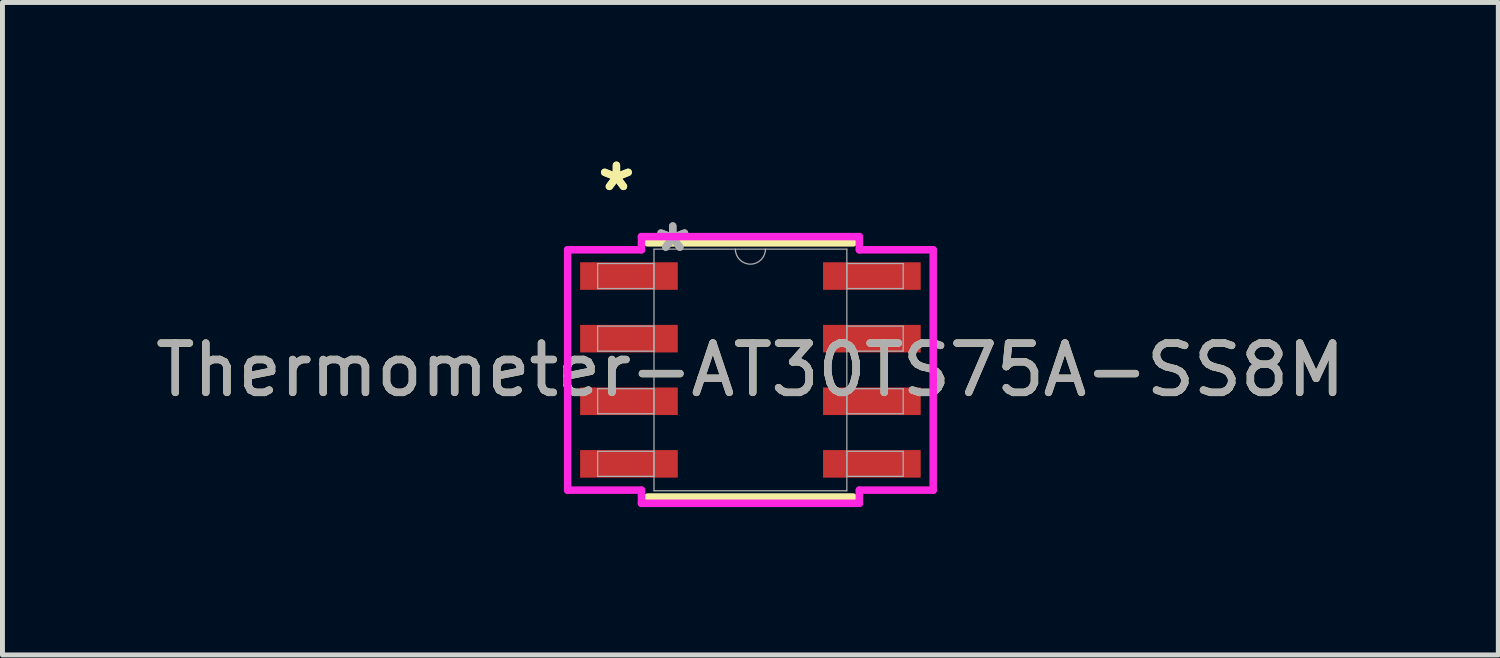
<source format=kicad_pcb>
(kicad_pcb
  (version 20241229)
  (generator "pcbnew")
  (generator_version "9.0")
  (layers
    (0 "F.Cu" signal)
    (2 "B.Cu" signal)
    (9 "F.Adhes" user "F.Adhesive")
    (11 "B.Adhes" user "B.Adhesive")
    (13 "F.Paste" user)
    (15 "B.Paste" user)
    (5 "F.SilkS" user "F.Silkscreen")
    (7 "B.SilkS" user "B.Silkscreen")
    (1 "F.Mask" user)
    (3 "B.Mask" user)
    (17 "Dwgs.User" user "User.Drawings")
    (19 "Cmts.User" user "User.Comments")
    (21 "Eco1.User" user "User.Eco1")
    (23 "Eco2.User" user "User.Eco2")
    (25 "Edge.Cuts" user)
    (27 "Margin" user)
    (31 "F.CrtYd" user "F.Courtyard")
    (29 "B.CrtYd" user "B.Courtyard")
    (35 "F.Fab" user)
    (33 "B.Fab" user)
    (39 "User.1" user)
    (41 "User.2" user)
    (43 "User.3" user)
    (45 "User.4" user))
  (footprint "Thermometer-AT30TS75A-SS8M"
    (layer "F.Cu")
    (at 12.173 4.455)
    (property "Reference" "Thermometer-AT30TS75A-SS8M" (at 0 0 0) (unlocked yes) (layer "F.SilkS") (effects (font (size 1 1) (thickness 0.15))))
    (attr smd)
    (fp_line (start -2.083 2.578) (end 2.083 2.578) (stroke (width 0.152) (type solid)) (layer "F.SilkS"))
    (fp_line (start 2.083 -2.578) (end -2.083 -2.578) (stroke (width 0.152) (type solid)) (layer "F.SilkS"))
    (fp_line (start -3.708 -2.438) (end -2.21 -2.438) (stroke (width 0.152) (type solid)) (layer "F.CrtYd"))
    (fp_line (start -3.708 2.438) (end -3.708 -2.438) (stroke (width 0.152) (type solid)) (layer "F.CrtYd"))
    (fp_line (start -3.708 2.438) (end -2.21 2.438) (stroke (width 0.152) (type solid)) (layer "F.CrtYd"))
    (fp_line (start -2.21 -2.705) (end 2.21 -2.705) (stroke (width 0.152) (type solid)) (layer "F.CrtYd"))
    (fp_line (start -2.21 -2.438) (end -2.21 -2.705) (stroke (width 0.152) (type solid)) (layer "F.CrtYd"))
    (fp_line (start -2.21 2.705) (end -2.21 2.438) (stroke (width 0.152) (type solid)) (layer "F.CrtYd"))
    (fp_line (start 2.21 -2.705) (end 2.21 -2.438) (stroke (width 0.152) (type solid)) (layer "F.CrtYd"))
    (fp_line (start 2.21 2.438) (end 2.21 2.705) (stroke (width 0.152) (type solid)) (layer "F.CrtYd"))
    (fp_line (start 2.21 2.705) (end -2.21 2.705) (stroke (width 0.152) (type solid)) (layer "F.CrtYd"))
    (fp_line (start 3.708 -2.438) (end 2.21 -2.438) (stroke (width 0.152) (type solid)) (layer "F.CrtYd"))
    (fp_line (start 3.708 -2.438) (end 3.708 2.438) (stroke (width 0.152) (type solid)) (layer "F.CrtYd"))
    (fp_line (start 3.708 2.438) (end 2.21 2.438) (stroke (width 0.152) (type solid)) (layer "F.CrtYd"))
    (fp_line (start -3.099 -2.159) (end -3.099 -1.651) (stroke (width 0.025) (type solid)) (layer "F.Fab"))
    (fp_line (start -3.099 -1.651) (end -1.956 -1.651) (stroke (width 0.025) (type solid)) (layer "F.Fab"))
    (fp_line (start -3.099 -0.889) (end -3.099 -0.381) (stroke (width 0.025) (type solid)) (layer "F.Fab"))
    (fp_line (start -3.099 -0.381) (end -1.956 -0.381) (stroke (width 0.025) (type solid)) (layer "F.Fab"))
    (fp_line (start -3.099 0.381) (end -3.099 0.889) (stroke (width 0.025) (type solid)) (layer "F.Fab"))
    (fp_line (start -3.099 0.889) (end -1.956 0.889) (stroke (width 0.025) (type solid)) (layer "F.Fab"))
    (fp_line (start -3.099 1.651) (end -3.099 2.159) (stroke (width 0.025) (type solid)) (layer "F.Fab"))
    (fp_line (start -3.099 2.159) (end -1.956 2.159) (stroke (width 0.025) (type solid)) (layer "F.Fab"))
    (fp_line (start -1.956 -2.451) (end -1.956 2.451) (stroke (width 0.025) (type solid)) (layer "F.Fab"))
    (fp_line (start -1.956 -2.159) (end -3.099 -2.159) (stroke (width 0.025) (type solid)) (layer "F.Fab"))
    (fp_line (start -1.956 -1.651) (end -1.956 -2.159) (stroke (width 0.025) (type solid)) (layer "F.Fab"))
    (fp_line (start -1.956 -0.889) (end -3.099 -0.889) (stroke (width 0.025) (type solid)) (layer "F.Fab"))
    (fp_line (start -1.956 -0.381) (end -1.956 -0.889) (stroke (width 0.025) (type solid)) (layer "F.Fab"))
    (fp_line (start -1.956 0.381) (end -3.099 0.381) (stroke (width 0.025) (type solid)) (layer "F.Fab"))
    (fp_line (start -1.956 0.889) (end -1.956 0.381) (stroke (width 0.025) (type solid)) (layer "F.Fab"))
    (fp_line (start -1.956 1.651) (end -3.099 1.651) (stroke (width 0.025) (type solid)) (layer "F.Fab"))
    (fp_line (start -1.956 2.159) (end -1.956 1.651) (stroke (width 0.025) (type solid)) (layer "F.Fab"))
    (fp_line (start -1.956 2.451) (end 1.956 2.451) (stroke (width 0.025) (type solid)) (layer "F.Fab"))
    (fp_line (start 1.956 -2.451) (end -1.956 -2.451) (stroke (width 0.025) (type solid)) (layer "F.Fab"))
    (fp_line (start 1.956 -2.159) (end 1.956 -1.651) (stroke (width 0.025) (type solid)) (layer "F.Fab"))
    (fp_line (start 1.956 -1.651) (end 3.099 -1.651) (stroke (width 0.025) (type solid)) (layer "F.Fab"))
    (fp_line (start 1.956 -0.889) (end 1.956 -0.381) (stroke (width 0.025) (type solid)) (layer "F.Fab"))
    (fp_line (start 1.956 -0.381) (end 3.099 -0.381) (stroke (width 0.025) (type solid)) (layer "F.Fab"))
    (fp_line (start 1.956 0.381) (end 1.956 0.889) (stroke (width 0.025) (type solid)) (layer "F.Fab"))
    (fp_line (start 1.956 0.889) (end 3.099 0.889) (stroke (width 0.025) (type solid)) (layer "F.Fab"))
    (fp_line (start 1.956 1.651) (end 1.956 2.159) (stroke (width 0.025) (type solid)) (layer "F.Fab"))
    (fp_line (start 1.956 2.159) (end 3.099 2.159) (stroke (width 0.025) (type solid)) (layer "F.Fab"))
    (fp_line (start 1.956 2.451) (end 1.956 -2.451) (stroke (width 0.025) (type solid)) (layer "F.Fab"))
    (fp_line (start 3.099 -2.159) (end 1.956 -2.159) (stroke (width 0.025) (type solid)) (layer "F.Fab"))
    (fp_line (start 3.099 -1.651) (end 3.099 -2.159) (stroke (width 0.025) (type solid)) (layer "F.Fab"))
    (fp_line (start 3.099 -0.889) (end 1.956 -0.889) (stroke (width 0.025) (type solid)) (layer "F.Fab"))
    (fp_line (start 3.099 -0.381) (end 3.099 -0.889) (stroke (width 0.025) (type solid)) (layer "F.Fab"))
    (fp_line (start 3.099 0.381) (end 1.956 0.381) (stroke (width 0.025) (type solid)) (layer "F.Fab"))
    (fp_line (start 3.099 0.889) (end 3.099 0.381) (stroke (width 0.025) (type solid)) (layer "F.Fab"))
    (fp_line (start 3.099 1.651) (end 1.956 1.651) (stroke (width 0.025) (type solid)) (layer "F.Fab"))
    (fp_line (start 3.099 2.159) (end 3.099 1.651) (stroke (width 0.025) (type solid)) (layer "F.Fab"))
    (fp_arc (start 0.3048 -2.4511) (mid 0 -2.1463) (end -0.3048 -2.4511) (stroke (width 0.0254) (type solid)) (layer "F.Fab"))
    (fp_text user "*" (at -2.718 -3.607 0) (unlocked yes) (layer "F.SilkS") (effects (font (size 1 1) (thickness 0.15))))
    (fp_text user "*" (at -2.718 -3.607 0) (layer "F.SilkS") (effects (font (size 1 1) (thickness 0.15))))
    (fp_text user "${REFERENCE}" (at 0 0 0) (unlocked yes) (layer "F.Fab") (effects (font (size 1 1) (thickness 0.15))))
    (fp_text user "*" (at -1.575 -2.375 0) (layer "F.Fab") (effects (font (size 1 1) (thickness 0.15))))
    (fp_text user "*" (at -1.575 -2.375 0) (unlocked yes) (layer "F.Fab") (effects (font (size 1 1) (thickness 0.15))))
    (pad "1" smd rect (at -2.464 -1.905) (size 1.981 0.559) (layers "F.Cu" "F.Mask" "F.Paste"))
    (pad "2" smd rect (at -2.464 -0.635) (size 1.981 0.559) (layers "F.Cu" "F.Mask" "F.Paste"))
    (pad "3" smd rect (at -2.464 0.635) (size 1.981 0.559) (layers "F.Cu" "F.Mask" "F.Paste"))
    (pad "4" smd rect (at -2.464 1.905) (size 1.981 0.559) (layers "F.Cu" "F.Mask" "F.Paste"))
    (pad "5" smd rect (at 2.464 1.905) (size 1.981 0.559) (layers "F.Cu" "F.Mask" "F.Paste"))
    (pad "6" smd rect (at 2.464 0.635) (size 1.981 0.559) (layers "F.Cu" "F.Mask" "F.Paste"))
    (pad "7" smd rect (at 2.464 -0.635) (size 1.981 0.559) (layers "F.Cu" "F.Mask" "F.Paste"))
    (pad "8" smd rect (at 2.464 -1.905) (size 1.981 0.559) (layers "F.Cu" "F.Mask" "F.Paste")))
  (gr_rect
    (start -3 -3)
    (end 27.345 10.236)
    (stroke (width 0.1) (type default))
    (fill no)
    (layer "Edge.Cuts")))
</source>
